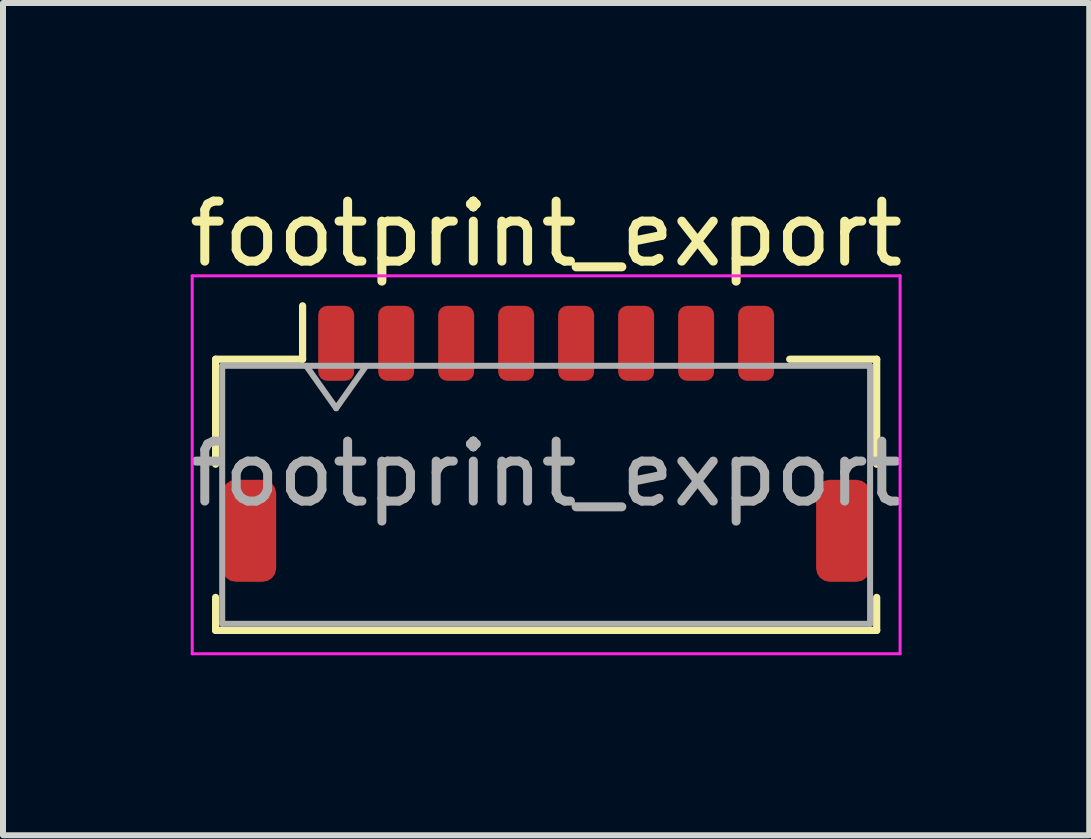
<source format=kicad_pcb>
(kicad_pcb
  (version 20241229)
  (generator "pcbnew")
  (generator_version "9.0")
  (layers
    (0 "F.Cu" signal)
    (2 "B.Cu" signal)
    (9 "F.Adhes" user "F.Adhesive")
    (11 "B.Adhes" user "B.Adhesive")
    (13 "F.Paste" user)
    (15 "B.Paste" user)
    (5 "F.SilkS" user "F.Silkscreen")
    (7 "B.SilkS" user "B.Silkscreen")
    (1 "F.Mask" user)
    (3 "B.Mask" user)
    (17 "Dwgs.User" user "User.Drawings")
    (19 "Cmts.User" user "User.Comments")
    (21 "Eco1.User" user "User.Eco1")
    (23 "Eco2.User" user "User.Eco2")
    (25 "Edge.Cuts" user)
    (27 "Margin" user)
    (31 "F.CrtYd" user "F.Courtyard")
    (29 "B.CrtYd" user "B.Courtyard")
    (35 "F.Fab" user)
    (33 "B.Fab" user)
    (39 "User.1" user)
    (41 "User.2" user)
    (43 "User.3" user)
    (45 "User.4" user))
  (footprint "footprint_export"
    (layer "F.Cu")
    (at 6.054 4.348)
    (property "Reference" "footprint_export" (at 0 -3.5 0) (layer "F.SilkS") (effects (font (size 1 1) (thickness 0.15))))
    (attr smd)
    (fp_line (start -5.51 -1.41) (end -4.06 -1.41) (stroke (width 0.12) (type solid)) (layer "F.SilkS"))
    (fp_line (start -5.51 0.34) (end -5.51 -1.41) (stroke (width 0.12) (type solid)) (layer "F.SilkS"))
    (fp_line (start -5.51 2.56) (end -5.51 3.11) (stroke (width 0.12) (type solid)) (layer "F.SilkS"))
    (fp_line (start -5.51 3.11) (end 5.51 3.11) (stroke (width 0.12) (type solid)) (layer "F.SilkS"))
    (fp_line (start -4.06 -1.41) (end -4.06 -2.3) (stroke (width 0.12) (type solid)) (layer "F.SilkS"))
    (fp_line (start 5.51 -1.41) (end 4.06 -1.41) (stroke (width 0.12) (type solid)) (layer "F.SilkS"))
    (fp_line (start 5.51 0.34) (end 5.51 -1.41) (stroke (width 0.12) (type solid)) (layer "F.SilkS"))
    (fp_line (start 5.51 3.11) (end 5.51 2.56) (stroke (width 0.12) (type solid)) (layer "F.SilkS"))
    (fp_line (start -5.9 -2.8) (end -5.9 3.5) (stroke (width 0.05) (type solid)) (layer "F.CrtYd"))
    (fp_line (start -5.9 3.5) (end 5.9 3.5) (stroke (width 0.05) (type solid)) (layer "F.CrtYd"))
    (fp_line (start 5.9 -2.8) (end -5.9 -2.8) (stroke (width 0.05) (type solid)) (layer "F.CrtYd"))
    (fp_line (start 5.9 3.5) (end 5.9 -2.8) (stroke (width 0.05) (type solid)) (layer "F.CrtYd"))
    (fp_line (start -5.4 -1.3) (end -5.4 3) (stroke (width 0.1) (type solid)) (layer "F.Fab"))
    (fp_line (start -5.4 -1.3) (end 5.4 -1.3) (stroke (width 0.1) (type solid)) (layer "F.Fab"))
    (fp_line (start -5.4 3) (end 5.4 3) (stroke (width 0.1) (type solid)) (layer "F.Fab"))
    (fp_line (start -4 -1.3) (end -3.5 -0.593) (stroke (width 0.1) (type solid)) (layer "F.Fab"))
    (fp_line (start -3.5 -0.593) (end -3 -1.3) (stroke (width 0.1) (type solid)) (layer "F.Fab"))
    (fp_line (start 5.4 -1.3) (end 5.4 3) (stroke (width 0.1) (type solid)) (layer "F.Fab"))
    (fp_text user "${REFERENCE}" (at 0 0.5 0) (layer "F.Fab") (effects (font (size 1 1) (thickness 0.15))))
    (pad "1" smd roundrect (at -3.5 -1.675) (size 0.6 1.25) (layers "F.Cu" "F.Mask" "F.Paste") (roundrect_rratio 0.25))
    (pad "2" smd roundrect (at -2.5 -1.675) (size 0.6 1.25) (layers "F.Cu" "F.Mask" "F.Paste") (roundrect_rratio 0.25))
    (pad "3" smd roundrect (at -1.5 -1.675) (size 0.6 1.25) (layers "F.Cu" "F.Mask" "F.Paste") (roundrect_rratio 0.25))
    (pad "4" smd roundrect (at -0.5 -1.675) (size 0.6 1.25) (layers "F.Cu" "F.Mask" "F.Paste") (roundrect_rratio 0.25))
    (pad "5" smd roundrect (at 0.5 -1.675) (size 0.6 1.25) (layers "F.Cu" "F.Mask" "F.Paste") (roundrect_rratio 0.25))
    (pad "6" smd roundrect (at 1.5 -1.675) (size 0.6 1.25) (layers "F.Cu" "F.Mask" "F.Paste") (roundrect_rratio 0.25))
    (pad "7" smd roundrect (at 2.5 -1.675) (size 0.6 1.25) (layers "F.Cu" "F.Mask" "F.Paste") (roundrect_rratio 0.25))
    (pad "8" smd roundrect (at 3.5 -1.675) (size 0.6 1.25) (layers "F.Cu" "F.Mask" "F.Paste") (roundrect_rratio 0.25))
    (pad "MP" smd roundrect (at -4.95 1.45) (size 0.9 1.7) (layers "F.Cu" "F.Mask" "F.Paste") (roundrect_rratio 0.25))
    (pad "MP" smd roundrect (at 4.95 1.45) (size 0.9 1.7) (layers "F.Cu" "F.Mask" "F.Paste") (roundrect_rratio 0.25)))
  (gr_rect
    (start -3 -3)
    (end 15.107 10.873)
    (stroke (width 0.1) (type default))
    (fill no)
    (layer "Edge.Cuts")))
</source>
